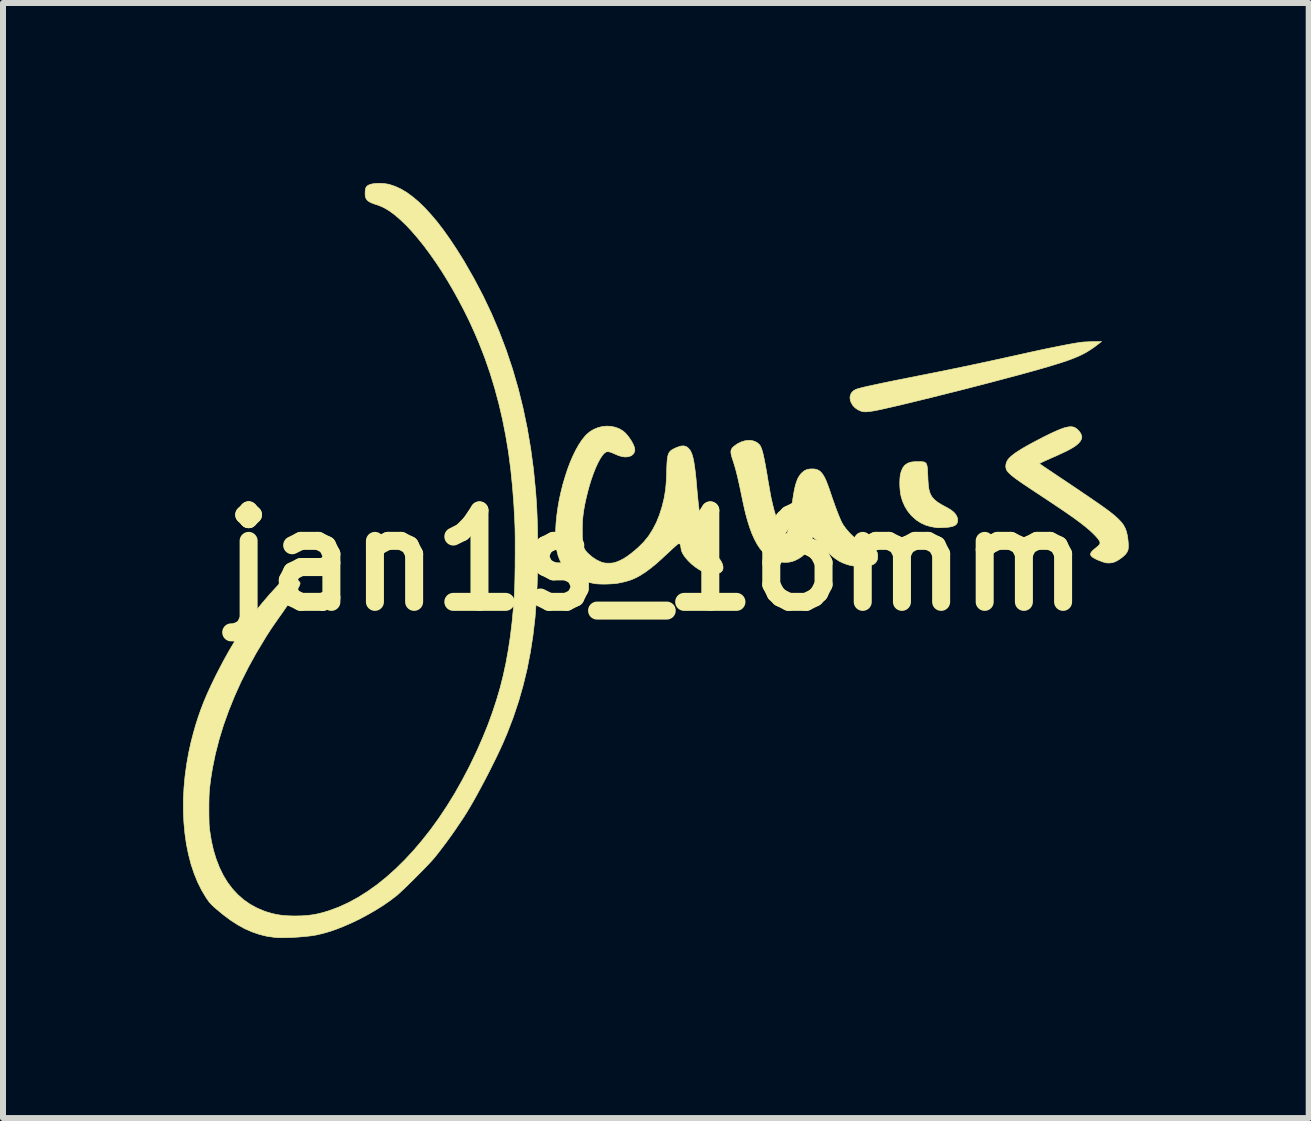
<source format=kicad_pcb>
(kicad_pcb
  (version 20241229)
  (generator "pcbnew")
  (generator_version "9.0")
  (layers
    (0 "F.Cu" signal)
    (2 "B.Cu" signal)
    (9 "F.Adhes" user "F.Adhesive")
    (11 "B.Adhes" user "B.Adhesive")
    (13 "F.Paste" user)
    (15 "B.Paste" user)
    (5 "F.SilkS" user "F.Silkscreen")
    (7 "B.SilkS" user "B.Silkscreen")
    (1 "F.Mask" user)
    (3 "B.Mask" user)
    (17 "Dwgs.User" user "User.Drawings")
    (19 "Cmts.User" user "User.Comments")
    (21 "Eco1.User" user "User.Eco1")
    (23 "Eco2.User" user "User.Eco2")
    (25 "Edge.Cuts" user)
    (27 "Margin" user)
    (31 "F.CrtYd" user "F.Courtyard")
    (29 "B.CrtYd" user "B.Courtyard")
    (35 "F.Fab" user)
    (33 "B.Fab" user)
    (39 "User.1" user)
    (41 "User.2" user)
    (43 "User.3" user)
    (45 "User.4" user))
  (footprint "jan1s_16mm"
    (layer "F.Cu")
    (at 7.878 6.289)
    (property "Reference" "jan1s_16mm" (at 0 0 0) (layer "F.SilkS") (effects (font (size 1.524 1.524) (thickness 0.3))))
    (attr through_hole)
    (fp_poly (pts (xy 4.41 -1.647) (xy 4.443 -1.645) (xy 4.47 -1.641) (xy 4.49 -1.631) (xy 4.504 -1.616) (xy 4.514 -1.594) (xy 4.521 -1.564) (xy 4.526 -1.523) (xy 4.528 -1.471) (xy 4.531 -1.413) (xy 4.534 -1.342) (xy 4.538 -1.282) (xy 4.543 -1.232) (xy 4.549 -1.191) (xy 4.558 -1.155) (xy 4.568 -1.123) (xy 4.58 -1.096) (xy 4.607 -1.052) (xy 4.646 -1.01) (xy 4.698 -0.969) (xy 4.762 -0.929) (xy 4.784 -0.917) (xy 4.837 -0.889) (xy 4.88 -0.865) (xy 4.913 -0.844) (xy 4.94 -0.824) (xy 4.963 -0.805) (xy 4.982 -0.785) (xy 5.011 -0.744) (xy 5.027 -0.701) (xy 5.029 -0.658) (xy 5.029 -0.656) (xy 5.02 -0.624) (xy 5.003 -0.599) (xy 4.975 -0.58) (xy 4.936 -0.566) (xy 4.896 -0.558) (xy 4.866 -0.554) (xy 4.828 -0.551) (xy 4.787 -0.549) (xy 4.747 -0.547) (xy 4.711 -0.546) (xy 4.684 -0.547) (xy 4.678 -0.548) (xy 4.581 -0.564) (xy 4.493 -0.59) (xy 4.414 -0.627) (xy 4.341 -0.674) (xy 4.273 -0.734) (xy 4.254 -0.753) (xy 4.196 -0.824) (xy 4.149 -0.901) (xy 4.111 -0.987) (xy 4.087 -1.064) (xy 4.077 -1.113) (xy 4.07 -1.171) (xy 4.065 -1.234) (xy 4.064 -1.298) (xy 4.066 -1.358) (xy 4.071 -1.411) (xy 4.074 -1.433) (xy 4.091 -1.493) (xy 4.114 -1.543) (xy 4.143 -1.582) (xy 4.163 -1.599) (xy 4.192 -1.618) (xy 4.222 -1.631) (xy 4.256 -1.64) (xy 4.297 -1.645) (xy 4.348 -1.647) (xy 4.368 -1.647) (xy 4.41 -1.647)) (stroke (width 0.01) (type solid)) (fill yes) (layer "F.SilkS"))
    (fp_poly (pts (xy 7.355 -3.594) (xy 7.306 -3.557) (xy 7.257 -3.523) (xy 7.207 -3.491) (xy 7.157 -3.461) (xy 7.103 -3.433) (xy 7.045 -3.405) (xy 6.982 -3.379) (xy 6.913 -3.352) (xy 6.836 -3.324) (xy 6.75 -3.296) (xy 6.654 -3.266) (xy 6.546 -3.233) (xy 6.431 -3.2) (xy 6.335 -3.172) (xy 6.229 -3.143) (xy 6.114 -3.111) (xy 5.992 -3.078) (xy 5.863 -3.044) (xy 5.728 -3.008) (xy 5.589 -2.971) (xy 5.447 -2.934) (xy 5.303 -2.897) (xy 5.157 -2.859) (xy 5.011 -2.822) (xy 4.866 -2.786) (xy 4.723 -2.75) (xy 4.584 -2.715) (xy 4.448 -2.682) (xy 4.318 -2.65) (xy 4.195 -2.62) (xy 4.079 -2.592) (xy 3.971 -2.567) (xy 3.874 -2.545) (xy 3.787 -2.525) (xy 3.712 -2.509) (xy 3.675 -2.501) (xy 3.606 -2.489) (xy 3.548 -2.481) (xy 3.501 -2.477) (xy 3.462 -2.479) (xy 3.43 -2.485) (xy 3.425 -2.486) (xy 3.366 -2.512) (xy 3.317 -2.546) (xy 3.277 -2.59) (xy 3.249 -2.642) (xy 3.241 -2.666) (xy 3.234 -2.712) (xy 3.241 -2.755) (xy 3.26 -2.794) (xy 3.29 -2.826) (xy 3.331 -2.85) (xy 3.35 -2.857) (xy 3.378 -2.865) (xy 3.417 -2.876) (xy 3.466 -2.888) (xy 3.526 -2.902) (xy 3.596 -2.917) (xy 3.679 -2.935) (xy 3.773 -2.955) (xy 3.879 -2.977) (xy 3.997 -3.001) (xy 4.129 -3.027) (xy 4.274 -3.056) (xy 4.378 -3.077) (xy 4.776 -3.156) (xy 5.174 -3.238) (xy 5.576 -3.324) (xy 5.986 -3.414) (xy 6.068 -3.432) (xy 6.246 -3.472) (xy 6.413 -3.508) (xy 6.566 -3.54) (xy 6.706 -3.568) (xy 6.833 -3.593) (xy 6.947 -3.614) (xy 6.964 -3.617) (xy 7.018 -3.626) (xy 7.063 -3.633) (xy 7.102 -3.638) (xy 7.14 -3.641) (xy 7.18 -3.643) (xy 7.228 -3.645) (xy 7.271 -3.646) (xy 7.426 -3.649) (xy 7.355 -3.594)) (stroke (width 0.01) (type solid)) (fill yes) (layer "F.SilkS"))
    (fp_poly (pts (xy 6.952 -2.225) (xy 6.965 -2.221) (xy 6.995 -2.207) (xy 7.026 -2.183) (xy 7.054 -2.153) (xy 7.077 -2.12) (xy 7.092 -2.087) (xy 7.098 -2.059) (xy 7.091 -2.023) (xy 7.071 -1.986) (xy 7.038 -1.948) (xy 6.992 -1.91) (xy 6.974 -1.898) (xy 6.937 -1.875) (xy 6.89 -1.848) (xy 6.831 -1.818) (xy 6.761 -1.785) (xy 6.679 -1.747) (xy 6.585 -1.706) (xy 6.564 -1.696) (xy 6.508 -1.672) (xy 6.465 -1.652) (xy 6.432 -1.637) (xy 6.411 -1.626) (xy 6.398 -1.618) (xy 6.394 -1.613) (xy 6.395 -1.611) (xy 6.402 -1.606) (xy 6.42 -1.594) (xy 6.447 -1.575) (xy 6.484 -1.55) (xy 6.528 -1.52) (xy 6.58 -1.486) (xy 6.637 -1.447) (xy 6.7 -1.405) (xy 6.767 -1.36) (xy 6.823 -1.323) (xy 6.937 -1.246) (xy 7.04 -1.177) (xy 7.132 -1.114) (xy 7.215 -1.058) (xy 7.289 -1.007) (xy 7.355 -0.962) (xy 7.413 -0.921) (xy 7.464 -0.885) (xy 7.51 -0.852) (xy 7.549 -0.823) (xy 7.584 -0.796) (xy 7.615 -0.771) (xy 7.643 -0.748) (xy 7.668 -0.726) (xy 7.691 -0.705) (xy 7.709 -0.688) (xy 7.756 -0.638) (xy 7.793 -0.589) (xy 7.82 -0.538) (xy 7.841 -0.482) (xy 7.856 -0.416) (xy 7.856 -0.415) (xy 7.863 -0.372) (xy 7.868 -0.325) (xy 7.872 -0.28) (xy 7.873 -0.238) (xy 7.871 -0.203) (xy 7.868 -0.179) (xy 7.852 -0.141) (xy 7.826 -0.104) (xy 7.788 -0.068) (xy 7.765 -0.049) (xy 7.717 -0.015) (xy 7.676 0.009) (xy 7.639 0.026) (xy 7.603 0.036) (xy 7.566 0.041) (xy 7.56 0.041) (xy 7.529 0.041) (xy 7.503 0.039) (xy 7.477 0.033) (xy 7.443 0.022) (xy 7.44 0.021) (xy 7.374 -0.004) (xy 7.322 -0.028) (xy 7.282 -0.051) (xy 7.255 -0.074) (xy 7.243 -0.095) (xy 7.242 -0.111) (xy 7.252 -0.134) (xy 7.27 -0.157) (xy 7.298 -0.183) (xy 7.325 -0.205) (xy 7.358 -0.232) (xy 7.381 -0.253) (xy 7.394 -0.271) (xy 7.401 -0.288) (xy 7.401 -0.297) (xy 7.396 -0.317) (xy 7.38 -0.344) (xy 7.354 -0.377) (xy 7.32 -0.415) (xy 7.279 -0.456) (xy 7.232 -0.5) (xy 7.179 -0.545) (xy 7.168 -0.554) (xy 7.137 -0.579) (xy 7.105 -0.604) (xy 7.073 -0.629) (xy 7.039 -0.655) (xy 7.003 -0.681) (xy 6.964 -0.71) (xy 6.921 -0.74) (xy 6.873 -0.773) (xy 6.82 -0.81) (xy 6.761 -0.85) (xy 6.694 -0.895) (xy 6.62 -0.945) (xy 6.537 -1) (xy 6.445 -1.061) (xy 6.342 -1.129) (xy 6.229 -1.204) (xy 6.223 -1.208) (xy 6.142 -1.262) (xy 6.072 -1.31) (xy 6.013 -1.352) (xy 5.963 -1.389) (xy 5.923 -1.421) (xy 5.892 -1.45) (xy 5.867 -1.475) (xy 5.85 -1.498) (xy 5.839 -1.518) (xy 5.838 -1.522) (xy 5.83 -1.56) (xy 5.833 -1.602) (xy 5.846 -1.644) (xy 5.862 -1.674) (xy 5.884 -1.702) (xy 5.912 -1.73) (xy 5.949 -1.761) (xy 5.993 -1.794) (xy 6.047 -1.829) (xy 6.11 -1.868) (xy 6.184 -1.911) (xy 6.268 -1.957) (xy 6.365 -2.008) (xy 6.459 -2.057) (xy 6.548 -2.101) (xy 6.626 -2.138) (xy 6.694 -2.168) (xy 6.753 -2.192) (xy 6.804 -2.21) (xy 6.848 -2.221) (xy 6.887 -2.228) (xy 6.921 -2.229) (xy 6.952 -2.225)) (stroke (width 0.01) (type solid)) (fill yes) (layer "F.SilkS"))
    (fp_poly (pts (xy 1.598 -1.999) (xy 1.648 -1.985) (xy 1.692 -1.961) (xy 1.725 -1.931) (xy 1.737 -1.915) (xy 1.749 -1.892) (xy 1.761 -1.864) (xy 1.772 -1.829) (xy 1.784 -1.786) (xy 1.796 -1.734) (xy 1.809 -1.672) (xy 1.823 -1.6) (xy 1.838 -1.516) (xy 1.855 -1.419) (xy 1.866 -1.35) (xy 1.876 -1.289) (xy 1.887 -1.23) (xy 1.897 -1.173) (xy 1.906 -1.121) (xy 1.914 -1.077) (xy 1.92 -1.044) (xy 1.923 -1.032) (xy 1.947 -0.928) (xy 1.972 -0.83) (xy 1.999 -0.74) (xy 2.026 -0.659) (xy 2.054 -0.588) (xy 2.079 -0.536) (xy 2.1 -0.497) (xy 2.118 -0.47) (xy 2.134 -0.453) (xy 2.151 -0.445) (xy 2.17 -0.444) (xy 2.171 -0.444) (xy 2.181 -0.452) (xy 2.192 -0.473) (xy 2.203 -0.507) (xy 2.214 -0.554) (xy 2.226 -0.613) (xy 2.238 -0.683) (xy 2.25 -0.764) (xy 2.262 -0.855) (xy 2.268 -0.913) (xy 2.281 -1.017) (xy 2.295 -1.108) (xy 2.31 -1.187) (xy 2.326 -1.255) (xy 2.344 -1.313) (xy 2.364 -1.363) (xy 2.387 -1.404) (xy 2.412 -1.439) (xy 2.439 -1.467) (xy 2.476 -1.496) (xy 2.516 -1.515) (xy 2.561 -1.524) (xy 2.607 -1.526) (xy 2.645 -1.524) (xy 2.678 -1.517) (xy 2.709 -1.504) (xy 2.737 -1.485) (xy 2.763 -1.458) (xy 2.789 -1.423) (xy 2.814 -1.379) (xy 2.839 -1.324) (xy 2.865 -1.258) (xy 2.893 -1.18) (xy 2.917 -1.108) (xy 2.939 -1.043) (xy 2.963 -0.976) (xy 2.987 -0.908) (xy 3.011 -0.843) (xy 3.035 -0.781) (xy 3.057 -0.726) (xy 3.077 -0.679) (xy 3.093 -0.644) (xy 3.097 -0.636) (xy 3.128 -0.583) (xy 3.17 -0.526) (xy 3.22 -0.468) (xy 3.276 -0.411) (xy 3.336 -0.358) (xy 3.361 -0.338) (xy 3.421 -0.294) (xy 3.478 -0.259) (xy 3.538 -0.23) (xy 3.574 -0.215) (xy 3.615 -0.198) (xy 3.644 -0.182) (xy 3.665 -0.167) (xy 3.679 -0.15) (xy 3.686 -0.138) (xy 3.694 -0.111) (xy 3.697 -0.076) (xy 3.695 -0.039) (xy 3.69 -0.012) (xy 3.673 0.023) (xy 3.646 0.052) (xy 3.611 0.072) (xy 3.606 0.074) (xy 3.563 0.085) (xy 3.509 0.092) (xy 3.449 0.097) (xy 3.386 0.097) (xy 3.323 0.094) (xy 3.291 0.091) (xy 3.237 0.081) (xy 3.177 0.064) (xy 3.117 0.041) (xy 3.063 0.016) (xy 3.047 0.006) (xy 2.986 -0.034) (xy 2.927 -0.081) (xy 2.868 -0.136) (xy 2.823 -0.183) (xy 2.773 -0.237) (xy 2.731 -0.282) (xy 2.698 -0.317) (xy 2.67 -0.344) (xy 2.649 -0.364) (xy 2.633 -0.377) (xy 2.62 -0.385) (xy 2.611 -0.387) (xy 2.605 -0.385) (xy 2.603 -0.383) (xy 2.599 -0.374) (xy 2.595 -0.354) (xy 2.592 -0.327) (xy 2.59 -0.316) (xy 2.583 -0.269) (xy 2.571 -0.229) (xy 2.552 -0.192) (xy 2.524 -0.155) (xy 2.488 -0.116) (xy 2.434 -0.068) (xy 2.379 -0.031) (xy 2.317 -0.000297) (xy 2.285 0.012) (xy 2.225 0.027) (xy 2.159 0.032) (xy 2.093 0.027) (xy 2.039 0.015) (xy 1.968 -0.011) (xy 1.903 -0.045) (xy 1.842 -0.088) (xy 1.787 -0.139) (xy 1.735 -0.199) (xy 1.688 -0.27) (xy 1.644 -0.352) (xy 1.602 -0.445) (xy 1.563 -0.55) (xy 1.526 -0.669) (xy 1.496 -0.778) (xy 1.488 -0.812) (xy 1.477 -0.858) (xy 1.465 -0.912) (xy 1.452 -0.971) (xy 1.439 -1.033) (xy 1.426 -1.095) (xy 1.422 -1.115) (xy 1.401 -1.217) (xy 1.381 -1.307) (xy 1.363 -1.388) (xy 1.345 -1.459) (xy 1.328 -1.525) (xy 1.31 -1.586) (xy 1.292 -1.644) (xy 1.284 -1.669) (xy 1.266 -1.724) (xy 1.255 -1.768) (xy 1.25 -1.803) (xy 1.252 -1.831) (xy 1.26 -1.855) (xy 1.275 -1.878) (xy 1.298 -1.9) (xy 1.313 -1.912) (xy 1.369 -1.95) (xy 1.427 -1.977) (xy 1.486 -1.995) (xy 1.543 -2.002) (xy 1.598 -1.999)) (stroke (width 0.01) (type solid)) (fill yes) (layer "F.SilkS"))
    (fp_poly (pts (xy -0.746 -2.235) (xy -0.676 -2.22) (xy -0.609 -2.195) (xy -0.548 -2.158) (xy -0.51 -2.126) (xy -0.474 -2.086) (xy -0.438 -2.038) (xy -0.405 -1.988) (xy -0.378 -1.937) (xy -0.359 -1.89) (xy -0.354 -1.873) (xy -0.35 -1.836) (xy -0.36 -1.8) (xy -0.38 -1.77) (xy -0.41 -1.746) (xy -0.422 -1.741) (xy -0.467 -1.728) (xy -0.514 -1.725) (xy -0.566 -1.732) (xy -0.624 -1.749) (xy -0.689 -1.777) (xy -0.691 -1.778) (xy -0.738 -1.798) (xy -0.775 -1.81) (xy -0.805 -1.813) (xy -0.831 -1.807) (xy -0.855 -1.791) (xy -0.879 -1.766) (xy -0.887 -1.756) (xy -0.926 -1.699) (xy -0.964 -1.629) (xy -1.002 -1.547) (xy -1.039 -1.455) (xy -1.075 -1.353) (xy -1.109 -1.244) (xy -1.14 -1.127) (xy -1.167 -1.016) (xy -1.188 -0.915) (xy -1.204 -0.823) (xy -1.215 -0.736) (xy -1.223 -0.652) (xy -1.226 -0.565) (xy -1.226 -0.473) (xy -1.226 -0.45) (xy -1.224 -0.381) (xy -1.22 -0.325) (xy -1.215 -0.278) (xy -1.207 -0.24) (xy -1.196 -0.207) (xy -1.181 -0.179) (xy -1.162 -0.152) (xy -1.138 -0.126) (xy -1.114 -0.103) (xy -1.054 -0.053) (xy -0.99 -0.011) (xy -0.926 0.02) (xy -0.908 0.027) (xy -0.879 0.036) (xy -0.853 0.042) (xy -0.823 0.044) (xy -0.787 0.045) (xy -0.75 0.044) (xy -0.721 0.042) (xy -0.694 0.036) (xy -0.663 0.027) (xy -0.655 0.024) (xy -0.598 0.001) (xy -0.54 -0.029) (xy -0.48 -0.067) (xy -0.416 -0.114) (xy -0.347 -0.17) (xy -0.289 -0.221) (xy -0.201 -0.309) (xy -0.122 -0.406) (xy -0.053 -0.515) (xy 0.009 -0.633) (xy 0.061 -0.763) (xy 0.105 -0.903) (xy 0.137 -1.034) (xy 0.149 -1.103) (xy 0.16 -1.173) (xy 0.168 -1.247) (xy 0.174 -1.329) (xy 0.178 -1.42) (xy 0.18 -1.478) (xy 0.182 -1.555) (xy 0.185 -1.618) (xy 0.189 -1.671) (xy 0.194 -1.714) (xy 0.201 -1.748) (xy 0.21 -1.776) (xy 0.221 -1.798) (xy 0.235 -1.816) (xy 0.252 -1.832) (xy 0.26 -1.839) (xy 0.289 -1.856) (xy 0.327 -1.875) (xy 0.367 -1.891) (xy 0.406 -1.903) (xy 0.428 -1.908) (xy 0.471 -1.909) (xy 0.51 -1.896) (xy 0.544 -1.87) (xy 0.574 -1.832) (xy 0.585 -1.81) (xy 0.599 -1.779) (xy 0.611 -1.742) (xy 0.622 -1.7) (xy 0.632 -1.65) (xy 0.642 -1.592) (xy 0.651 -1.524) (xy 0.661 -1.446) (xy 0.67 -1.356) (xy 0.679 -1.253) (xy 0.681 -1.228) (xy 0.694 -1.084) (xy 0.707 -0.954) (xy 0.721 -0.836) (xy 0.736 -0.73) (xy 0.753 -0.634) (xy 0.771 -0.548) (xy 0.79 -0.471) (xy 0.811 -0.402) (xy 0.835 -0.34) (xy 0.86 -0.284) (xy 0.888 -0.234) (xy 0.898 -0.218) (xy 0.912 -0.198) (xy 0.933 -0.172) (xy 0.959 -0.141) (xy 0.987 -0.11) (xy 0.994 -0.103) (xy 1.039 -0.052) (xy 1.073 -0.008) (xy 1.097 0.031) (xy 1.112 0.068) (xy 1.119 0.103) (xy 1.119 0.104) (xy 1.118 0.142) (xy 1.106 0.172) (xy 1.082 0.195) (xy 1.066 0.204) (xy 1.035 0.216) (xy 0.996 0.225) (xy 0.955 0.229) (xy 0.919 0.229) (xy 0.911 0.229) (xy 0.851 0.214) (xy 0.788 0.188) (xy 0.723 0.153) (xy 0.658 0.109) (xy 0.595 0.059) (xy 0.538 0.003) (xy 0.499 -0.041) (xy 0.468 -0.083) (xy 0.446 -0.118) (xy 0.431 -0.152) (xy 0.421 -0.188) (xy 0.416 -0.224) (xy 0.412 -0.253) (xy 0.408 -0.276) (xy 0.404 -0.29) (xy 0.402 -0.292) (xy 0.399 -0.294) (xy 0.394 -0.293) (xy 0.387 -0.289) (xy 0.376 -0.282) (xy 0.361 -0.27) (xy 0.341 -0.253) (xy 0.316 -0.231) (xy 0.284 -0.202) (xy 0.244 -0.165) (xy 0.197 -0.121) (xy 0.14 -0.069) (xy 0.099 -0.03) (xy 0.006 0.053) (xy -0.086 0.128) (xy -0.175 0.194) (xy -0.255 0.245) (xy -0.314 0.278) (xy -0.371 0.305) (xy -0.429 0.328) (xy -0.492 0.347) (xy -0.562 0.364) (xy -0.631 0.378) (xy -0.672 0.384) (xy -0.722 0.388) (xy -0.778 0.391) (xy -0.838 0.393) (xy -0.897 0.393) (xy -0.951 0.391) (xy -0.998 0.388) (xy -1.025 0.384) (xy -1.136 0.361) (xy -1.236 0.327) (xy -1.327 0.282) (xy -1.409 0.228) (xy -1.475 0.17) (xy -1.525 0.114) (xy -1.567 0.055) (xy -1.601 -0.008) (xy -1.628 -0.078) (xy -1.648 -0.156) (xy -1.662 -0.242) (xy -1.669 -0.338) (xy -1.671 -0.445) (xy -1.67 -0.501) (xy -1.663 -0.626) (xy -1.65 -0.755) (xy -1.632 -0.885) (xy -1.609 -1.016) (xy -1.58 -1.146) (xy -1.548 -1.274) (xy -1.511 -1.398) (xy -1.472 -1.518) (xy -1.429 -1.633) (xy -1.383 -1.74) (xy -1.335 -1.838) (xy -1.285 -1.927) (xy -1.234 -2.005) (xy -1.181 -2.071) (xy -1.158 -2.096) (xy -1.099 -2.146) (xy -1.034 -2.185) (xy -0.964 -2.214) (xy -0.892 -2.232) (xy -0.819 -2.239) (xy -0.746 -2.235)) (stroke (width 0.01) (type solid)) (fill yes) (layer "F.SilkS"))
    (fp_poly (pts (xy -4.524 -6.28) (xy -4.465 -6.271) (xy -4.438 -6.265) (xy -4.344 -6.234) (xy -4.249 -6.19) (xy -4.152 -6.133) (xy -4.054 -6.061) (xy -3.954 -5.977) (xy -3.852 -5.878) (xy -3.749 -5.766) (xy -3.643 -5.641) (xy -3.536 -5.501) (xy -3.428 -5.348) (xy -3.317 -5.181) (xy -3.204 -5) (xy -3.199 -4.992) (xy -3.034 -4.704) (xy -2.88 -4.412) (xy -2.739 -4.115) (xy -2.61 -3.812) (xy -2.493 -3.504) (xy -2.388 -3.19) (xy -2.295 -2.87) (xy -2.214 -2.543) (xy -2.144 -2.208) (xy -2.086 -1.867) (xy -2.039 -1.518) (xy -2.004 -1.16) (xy -1.994 -1.023) (xy -1.984 -0.865) (xy -1.977 -0.696) (xy -1.972 -0.519) (xy -1.969 -0.335) (xy -1.968 -0.148) (xy -1.969 0.04) (xy -1.973 0.225) (xy -1.978 0.407) (xy -1.986 0.581) (xy -1.99 0.649) (xy -2.013 0.951) (xy -2.047 1.244) (xy -2.091 1.529) (xy -2.145 1.807) (xy -2.211 2.079) (xy -2.287 2.346) (xy -2.375 2.61) (xy -2.475 2.871) (xy -2.551 3.05) (xy -2.591 3.137) (xy -2.637 3.235) (xy -2.688 3.34) (xy -2.743 3.45) (xy -2.8 3.563) (xy -2.86 3.678) (xy -2.92 3.79) (xy -2.979 3.899) (xy -3.036 4.002) (xy -3.091 4.097) (xy -3.092 4.099) (xy -3.144 4.186) (xy -3.204 4.281) (xy -3.271 4.381) (xy -3.341 4.485) (xy -3.414 4.589) (xy -3.488 4.691) (xy -3.561 4.788) (xy -3.631 4.879) (xy -3.697 4.961) (xy -3.699 4.964) (xy -3.723 4.99) (xy -3.754 5.025) (xy -3.793 5.066) (xy -3.838 5.113) (xy -3.887 5.163) (xy -3.939 5.216) (xy -3.993 5.27) (xy -4.047 5.325) (xy -4.101 5.377) (xy -4.152 5.428) (xy -4.2 5.474) (xy -4.243 5.514) (xy -4.279 5.548) (xy -4.308 5.574) (xy -4.322 5.585) (xy -4.43 5.668) (xy -4.546 5.748) (xy -4.669 5.825) (xy -4.795 5.898) (xy -4.924 5.967) (xy -5.055 6.031) (xy -5.185 6.088) (xy -5.312 6.139) (xy -5.436 6.182) (xy -5.554 6.216) (xy -5.664 6.241) (xy -5.701 6.247) (xy -5.771 6.257) (xy -5.847 6.265) (xy -5.928 6.272) (xy -6.011 6.278) (xy -6.093 6.282) (xy -6.171 6.284) (xy -6.243 6.285) (xy -6.306 6.283) (xy -6.356 6.279) (xy -6.481 6.261) (xy -6.603 6.231) (xy -6.724 6.19) (xy -6.844 6.138) (xy -6.963 6.073) (xy -7.084 5.995) (xy -7.205 5.905) (xy -7.327 5.804) (xy -7.365 5.77) (xy -7.396 5.741) (xy -7.42 5.716) (xy -7.442 5.691) (xy -7.462 5.663) (xy -7.485 5.63) (xy -7.491 5.623) (xy -7.566 5.497) (xy -7.634 5.362) (xy -7.693 5.216) (xy -7.745 5.061) (xy -7.787 4.898) (xy -7.822 4.727) (xy -7.847 4.55) (xy -7.864 4.367) (xy -7.873 4.179) (xy -7.873 3.987) (xy -7.863 3.792) (xy -7.845 3.594) (xy -7.818 3.394) (xy -7.782 3.193) (xy -7.744 3.022) (xy -7.707 2.88) (xy -7.669 2.745) (xy -7.627 2.614) (xy -7.582 2.485) (xy -7.532 2.355) (xy -7.476 2.223) (xy -7.413 2.085) (xy -7.343 1.94) (xy -7.313 1.88) (xy -7.213 1.688) (xy -7.114 1.509) (xy -7.013 1.339) (xy -6.91 1.177) (xy -6.802 1.022) (xy -6.689 0.87) (xy -6.569 0.721) (xy -6.442 0.572) (xy -6.304 0.421) (xy -6.294 0.41) (xy -6.23 0.343) (xy -6.173 0.288) (xy -6.125 0.243) (xy -6.085 0.211) (xy -6.053 0.19) (xy -6.029 0.18) (xy -6.016 0.18) (xy -6.005 0.191) (xy -5.996 0.212) (xy -5.991 0.239) (xy -5.99 0.255) (xy -5.986 0.29) (xy -5.971 0.32) (xy -5.95 0.344) (xy -5.935 0.36) (xy -5.929 0.372) (xy -5.929 0.387) (xy -5.929 0.39) (xy -5.937 0.414) (xy -5.953 0.448) (xy -5.977 0.493) (xy -6.009 0.547) (xy -6.048 0.609) (xy -6.095 0.68) (xy -6.147 0.759) (xy -6.206 0.845) (xy -6.261 0.923) (xy -6.302 0.981) (xy -6.337 1.031) (xy -6.366 1.073) (xy -6.392 1.111) (xy -6.416 1.146) (xy -6.439 1.182) (xy -6.463 1.219) (xy -6.49 1.261) (xy -6.519 1.309) (xy -6.661 1.545) (xy -6.792 1.783) (xy -6.913 2.023) (xy -7.022 2.265) (xy -7.119 2.506) (xy -7.205 2.746) (xy -7.278 2.985) (xy -7.339 3.222) (xy -7.387 3.455) (xy -7.415 3.627) (xy -7.423 3.69) (xy -7.43 3.746) (xy -7.436 3.796) (xy -7.44 3.845) (xy -7.443 3.893) (xy -7.445 3.945) (xy -7.446 4.003) (xy -7.447 4.07) (xy -7.447 4.148) (xy -7.447 4.149) (xy -7.447 4.223) (xy -7.446 4.285) (xy -7.445 4.336) (xy -7.444 4.38) (xy -7.442 4.418) (xy -7.439 4.452) (xy -7.436 4.484) (xy -7.434 4.498) (xy -7.407 4.668) (xy -7.371 4.828) (xy -7.325 4.978) (xy -7.271 5.117) (xy -7.208 5.246) (xy -7.136 5.364) (xy -7.055 5.471) (xy -6.966 5.567) (xy -6.868 5.653) (xy -6.762 5.727) (xy -6.647 5.79) (xy -6.524 5.842) (xy -6.473 5.859) (xy -6.397 5.881) (xy -6.323 5.898) (xy -6.247 5.91) (xy -6.167 5.918) (xy -6.079 5.922) (xy -6.011 5.923) (xy -5.907 5.921) (xy -5.812 5.915) (xy -5.723 5.904) (xy -5.636 5.888) (xy -5.547 5.866) (xy -5.452 5.837) (xy -5.436 5.832) (xy -5.276 5.772) (xy -5.116 5.698) (xy -4.957 5.611) (xy -4.799 5.511) (xy -4.642 5.399) (xy -4.487 5.274) (xy -4.334 5.137) (xy -4.184 4.989) (xy -4.036 4.83) (xy -3.892 4.66) (xy -3.75 4.48) (xy -3.613 4.29) (xy -3.48 4.09) (xy -3.351 3.881) (xy -3.228 3.663) (xy -3.109 3.437) (xy -2.996 3.203) (xy -2.971 3.148) (xy -2.88 2.94) (xy -2.797 2.735) (xy -2.723 2.532) (xy -2.656 2.329) (xy -2.596 2.126) (xy -2.544 1.92) (xy -2.498 1.709) (xy -2.459 1.493) (xy -2.425 1.27) (xy -2.397 1.038) (xy -2.374 0.796) (xy -2.356 0.543) (xy -2.354 0.494) (xy -2.352 0.433) (xy -2.35 0.362) (xy -2.348 0.282) (xy -2.347 0.195) (xy -2.345 0.104) (xy -2.345 0.009) (xy -2.344 -0.086) (xy -2.344 -0.181) (xy -2.344 -0.273) (xy -2.344 -0.36) (xy -2.345 -0.441) (xy -2.346 -0.514) (xy -2.348 -0.576) (xy -2.349 -0.603) (xy -2.365 -0.919) (xy -2.388 -1.223) (xy -2.418 -1.517) (xy -2.455 -1.802) (xy -2.501 -2.078) (xy -2.554 -2.347) (xy -2.615 -2.609) (xy -2.684 -2.866) (xy -2.761 -3.119) (xy -2.847 -3.368) (xy -2.881 -3.457) (xy -2.951 -3.635) (xy -3.027 -3.811) (xy -3.107 -3.987) (xy -3.193 -4.161) (xy -3.282 -4.331) (xy -3.374 -4.498) (xy -3.469 -4.66) (xy -3.566 -4.817) (xy -3.665 -4.967) (xy -3.765 -5.109) (xy -3.865 -5.244) (xy -3.966 -5.369) (xy -4.065 -5.484) (xy -4.163 -5.589) (xy -4.26 -5.681) (xy -4.354 -5.762) (xy -4.385 -5.785) (xy -4.45 -5.831) (xy -4.511 -5.868) (xy -4.572 -5.898) (xy -4.637 -5.923) (xy -4.648 -5.926) (xy -4.701 -5.944) (xy -4.742 -5.96) (xy -4.773 -5.976) (xy -4.796 -5.992) (xy -4.814 -6.009) (xy -4.825 -6.025) (xy -4.834 -6.042) (xy -4.839 -6.058) (xy -4.842 -6.077) (xy -4.844 -6.103) (xy -4.844 -6.124) (xy -4.842 -6.168) (xy -4.836 -6.201) (xy -4.824 -6.225) (xy -4.806 -6.243) (xy -4.785 -6.256) (xy -4.747 -6.27) (xy -4.699 -6.279) (xy -4.644 -6.284) (xy -4.584 -6.284) (xy -4.524 -6.28)) (stroke (width 0.01) (type solid)) (fill yes) (layer "F.SilkS")))
  (gr_rect
    (start -3 -3)
    (end 18.756 15.579)
    (stroke (width 0.1) (type default))
    (fill no)
    (layer "Edge.Cuts")))
</source>
